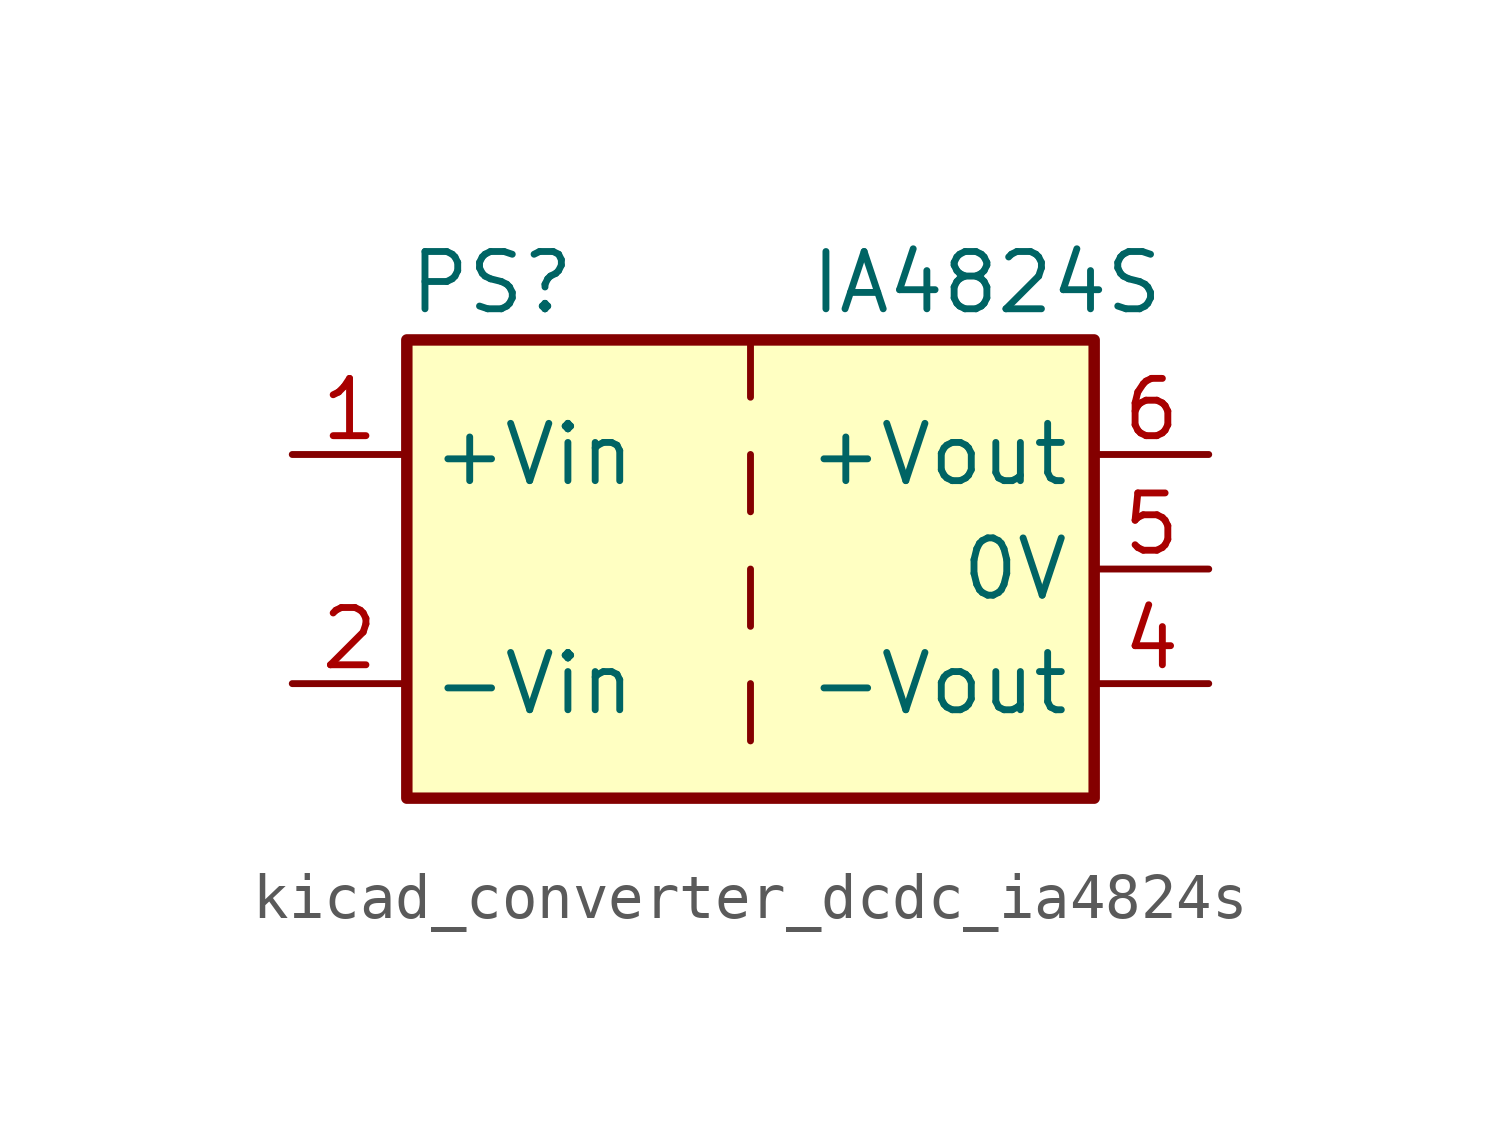
<source format=kicad_sym>
(kicad_symbol_lib
  (version 20220914)
  (generator kicad_symbol_editor)
  (symbol "kicad_converter_dcdc_ia4824s"
    (property "Reference" "PS"
      (at -7.62 6.35 0)
      (effects (font (size 1.27 1.27)) (justify left)))
    (property "Value" "IA4824S"
      (at 1.27 6.35 0)
      (effects (font (size 1.27 1.27)) (justify left)))
    (symbol "kicad_converter_dcdc_ia4824s_0_0"
      (pin power_in line (at -10.16 2.54 0) (length 2.54) (name "+Vin" (effects (font (size 1.27 1.27)))) (number "1" (effects (font (size 1.27 1.27)))))
      (pin power_in line (at -10.16 -2.54 0) (length 2.54) (name "-Vin" (effects (font (size 1.27 1.27)))) (number "2" (effects (font (size 1.27 1.27)))))
      (pin power_out line (at 10.16 -2.54 180) (length 2.54) (name "-Vout" (effects (font (size 1.27 1.27)))) (number "4" (effects (font (size 1.27 1.27)))))
      (pin power_out line (at 10.16 0 180) (length 2.54) (name "0V" (effects (font (size 1.27 1.27)))) (number "5" (effects (font (size 1.27 1.27)))))
      (pin power_out line (at 10.16 2.54 180) (length 2.54) (name "+Vout" (effects (font (size 1.27 1.27)))) (number "6" (effects (font (size 1.27 1.27))))))
    (symbol "kicad_converter_dcdc_ia4824s_0_1"
      (rectangle (start -7.62 5.08) (end 7.62 -5.08) (stroke (width 0.254) (type default)) (fill (type background)))
      (polyline (pts (xy 0 -2.54) (xy 0 -3.81)) (stroke (width 0) (type default)) (fill (type none)))
      (polyline (pts (xy 0 0) (xy 0 -1.27)) (stroke (width 0) (type default)) (fill (type none)))
      (polyline (pts (xy 0 2.54) (xy 0 1.27)) (stroke (width 0) (type default)) (fill (type none)))
      (polyline (pts (xy 0 5.08) (xy 0 3.81)) (stroke (width 0) (type default)) (fill (type none))))))
</source>
